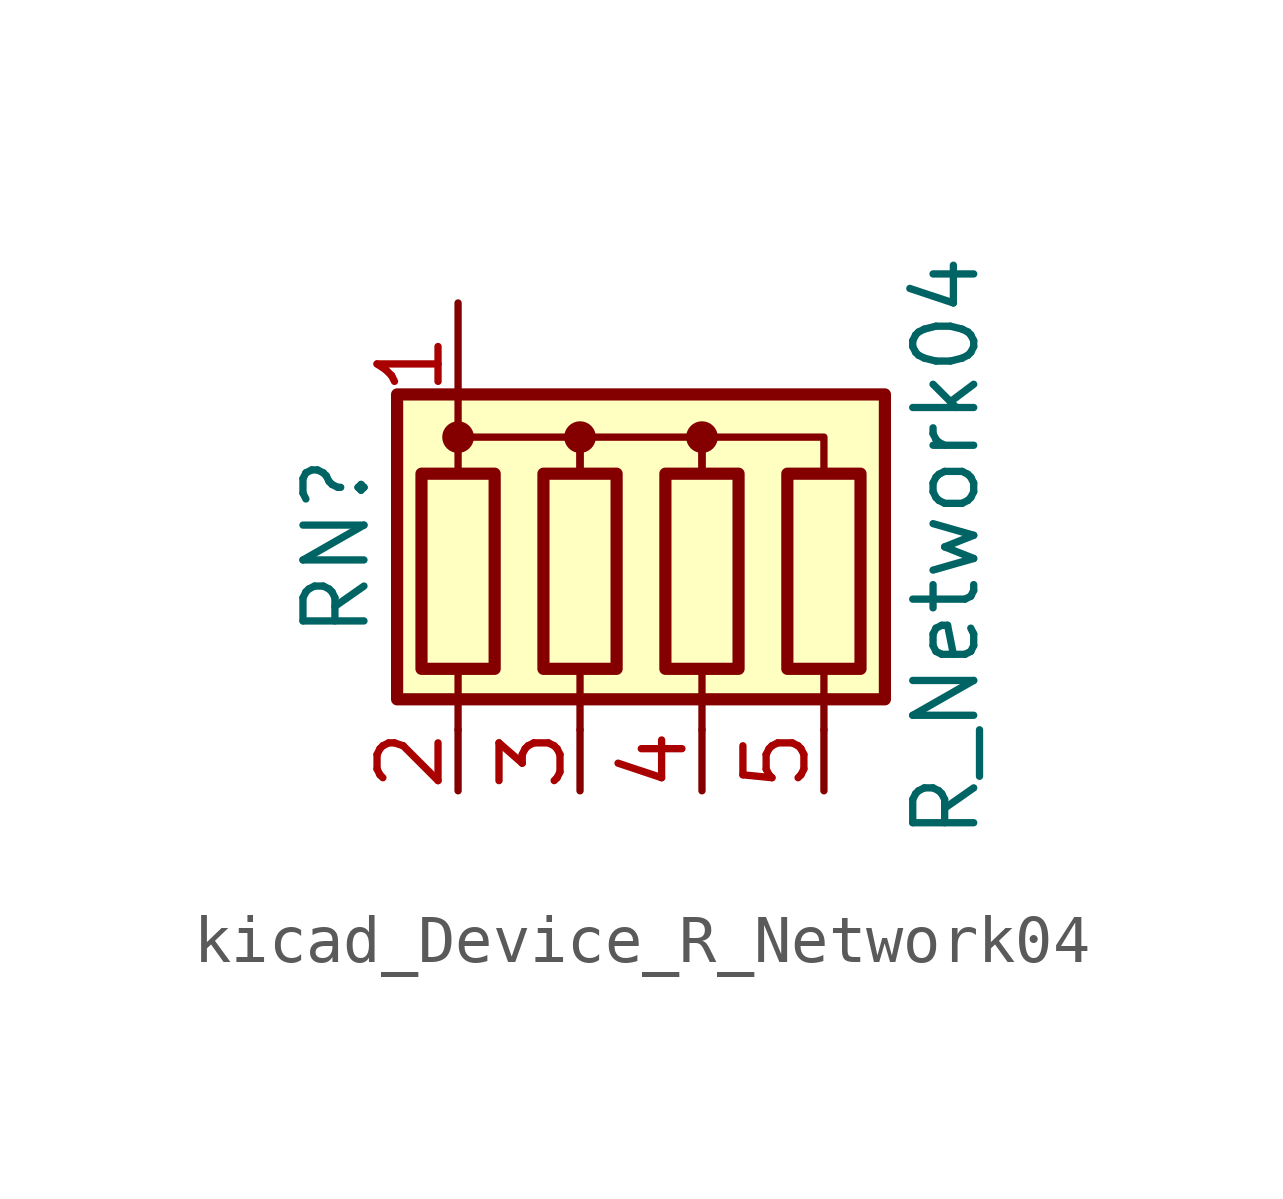
<source format=kicad_sym>
(kicad_symbol_lib
  (version 20220914)
  (generator kicad_symbol_editor)
  (symbol "kicad_Device_R_Network04"
    (pin_names
      (offset 0) hide)
    (property "Reference" "RN"
      (at -7.62 0 90)
      (effects (font (size 1.27 1.27))))
    (property "Value" "R_Network04"
      (at 5.08 0 90)
      (effects (font (size 1.27 1.27))))
    (symbol "kicad_Device_R_Network04_0_1"
      (rectangle (start -6.35 -3.175) (end 3.81 3.175) (stroke (width 0.254) (type default)) (fill (type background)))
      (rectangle (start -5.842 1.524) (end -4.318 -2.54) (stroke (width 0.254) (type default)) (fill (type none)))
      (circle (center -5.08 2.286) (radius 0.254) (stroke (width 0) (type default)) (fill (type outline)))
      (rectangle (start -3.302 1.524) (end -1.778 -2.54) (stroke (width 0.254) (type default)) (fill (type none)))
      (circle (center -2.54 2.286) (radius 0.254) (stroke (width 0) (type default)) (fill (type outline)))
      (rectangle (start -0.762 1.524) (end 0.762 -2.54) (stroke (width 0.254) (type default)) (fill (type none)))
      (polyline (pts (xy -5.08 -2.54) (xy -5.08 -3.81)) (stroke (width 0) (type default)) (fill (type none)))
      (polyline (pts (xy -2.54 -2.54) (xy -2.54 -3.81)) (stroke (width 0) (type default)) (fill (type none)))
      (polyline (pts (xy 0 -2.54) (xy 0 -3.81)) (stroke (width 0) (type default)) (fill (type none)))
      (polyline (pts (xy 2.54 -2.54) (xy 2.54 -3.81)) (stroke (width 0) (type default)) (fill (type none)))
      (polyline (pts (xy -5.08 1.524) (xy -5.08 2.286) (xy -2.54 2.286) (xy -2.54 1.524)) (stroke (width 0) (type default)) (fill (type none)))
      (polyline (pts (xy -2.54 1.524) (xy -2.54 2.286) (xy 0 2.286) (xy 0 1.524)) (stroke (width 0) (type default)) (fill (type none)))
      (polyline (pts (xy 0 1.524) (xy 0 2.286) (xy 2.54 2.286) (xy 2.54 1.524)) (stroke (width 0) (type default)) (fill (type none)))
      (circle (center 0 2.286) (radius 0.254) (stroke (width 0) (type default)) (fill (type outline)))
      (rectangle (start 1.778 1.524) (end 3.302 -2.54) (stroke (width 0.254) (type default)) (fill (type none))))
    (symbol "kicad_Device_R_Network04_1_1"
      (pin passive line (at -5.08 5.08 270) (length 2.54) (name "common" (effects (font (size 1.27 1.27)))) (number "1" (effects (font (size 1.27 1.27)))))
      (pin passive line (at -5.08 -5.08 90) (length 1.27) (name "R1" (effects (font (size 1.27 1.27)))) (number "2" (effects (font (size 1.27 1.27)))))
      (pin passive line (at -2.54 -5.08 90) (length 1.27) (name "R2" (effects (font (size 1.27 1.27)))) (number "3" (effects (font (size 1.27 1.27)))))
      (pin passive line (at 0 -5.08 90) (length 1.27) (name "R3" (effects (font (size 1.27 1.27)))) (number "4" (effects (font (size 1.27 1.27)))))
      (pin passive line (at 2.54 -5.08 90) (length 1.27) (name "R4" (effects (font (size 1.27 1.27)))) (number "5" (effects (font (size 1.27 1.27))))))))
</source>
